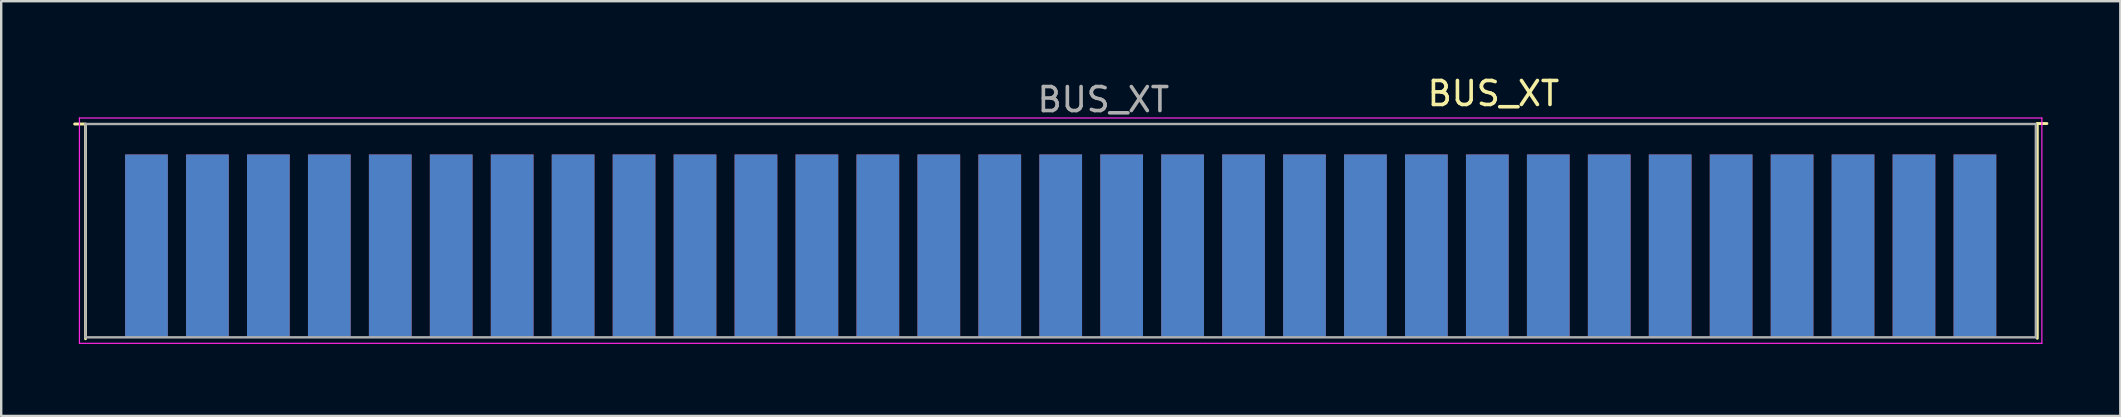
<source format=kicad_pcb>
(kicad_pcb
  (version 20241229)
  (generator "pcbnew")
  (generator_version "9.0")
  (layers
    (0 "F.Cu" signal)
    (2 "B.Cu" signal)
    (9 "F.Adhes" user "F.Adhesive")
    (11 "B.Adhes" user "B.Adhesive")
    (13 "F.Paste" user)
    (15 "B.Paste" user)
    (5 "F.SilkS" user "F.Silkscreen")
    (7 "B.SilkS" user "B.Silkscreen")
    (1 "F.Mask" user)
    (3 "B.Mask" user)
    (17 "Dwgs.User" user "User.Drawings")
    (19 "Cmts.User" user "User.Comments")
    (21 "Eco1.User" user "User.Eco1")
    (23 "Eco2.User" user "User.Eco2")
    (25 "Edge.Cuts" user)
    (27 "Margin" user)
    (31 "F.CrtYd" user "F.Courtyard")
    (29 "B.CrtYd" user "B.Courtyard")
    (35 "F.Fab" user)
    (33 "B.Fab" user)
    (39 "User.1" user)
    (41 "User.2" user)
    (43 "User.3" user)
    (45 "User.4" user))
  (footprint "BUS_XT"
    (layer "F.Cu")
    (at 79.254 7.198)
    (property "Reference" "BUS_XT" (at -20.066 -6.35 0) (layer "F.SilkS") (effects (font (size 1 1) (thickness 0.15))))
    (attr exclude_from_pos_files exclude_from_bom)
    (fp_line (start -78.794 -5.08) (end -79.194 -5.08) (stroke (width 0.12) (type solid)) (layer "F.SilkS"))
    (fp_line (start -78.74 3.87) (end -78.74 -5.08) (stroke (width 0.12) (type solid)) (layer "F.SilkS"))
    (fp_line (start 2.6 -5.1) (end 3 -5.1) (stroke (width 0.12) (type solid)) (layer "F.SilkS"))
    (fp_line (start 2.6 3.85) (end 2.6 -5.1) (stroke (width 0.12) (type solid)) (layer "F.SilkS"))
    (fp_line (start -78.994 -5.33) (end -78.994 4.06) (stroke (width 0.05) (type solid)) (layer "F.CrtYd"))
    (fp_line (start -78.994 -5.33) (end 2.79 -5.33) (stroke (width 0.05) (type solid)) (layer "F.CrtYd"))
    (fp_line (start 2.79 4.06) (end -78.994 4.06) (stroke (width 0.05) (type solid)) (layer "F.CrtYd"))
    (fp_line (start 2.79 4.06) (end 2.79 -5.33) (stroke (width 0.05) (type solid)) (layer "F.CrtYd"))
    (fp_line (start -78.74 -5.08) (end 2.54 -5.08) (stroke (width 0.1) (type solid)) (layer "F.Fab"))
    (fp_line (start -78.74 3.81) (end -78.74 -5.08) (stroke (width 0.1) (type solid)) (layer "F.Fab"))
    (fp_line (start 2.54 -5.08) (end 2.54 3.81) (stroke (width 0.1) (type solid)) (layer "F.Fab"))
    (fp_line (start 2.54 3.81) (end -78.74 3.81) (stroke (width 0.1) (type solid)) (layer "F.Fab"))
    (fp_text user "${REFERENCE}" (at -36.322 -6.096 0) (layer "F.Fab") (effects (font (size 1 1) (thickness 0.15))))
    (pad "1" connect rect (at 0 0) (size 1.78 7.62) (layers "B.Cu" "B.Mask"))
    (pad "2" connect rect (at -2.54 0) (size 1.78 7.62) (layers "B.Cu" "B.Mask"))
    (pad "3" connect rect (at -5.08 0) (size 1.78 7.62) (layers "B.Cu" "B.Mask"))
    (pad "4" connect rect (at -7.62 0) (size 1.78 7.62) (layers "B.Cu" "B.Mask"))
    (pad "5" connect rect (at -10.16 0) (size 1.78 7.62) (layers "B.Cu" "B.Mask"))
    (pad "6" connect rect (at -12.7 0) (size 1.78 7.62) (layers "B.Cu" "B.Mask"))
    (pad "7" connect rect (at -15.24 0) (size 1.78 7.62) (layers "B.Cu" "B.Mask"))
    (pad "8" connect rect (at -17.78 0) (size 1.78 7.62) (layers "B.Cu" "B.Mask"))
    (pad "9" connect rect (at -20.32 0) (size 1.78 7.62) (layers "B.Cu" "B.Mask"))
    (pad "10" connect rect (at -22.86 0) (size 1.78 7.62) (layers "B.Cu" "B.Mask"))
    (pad "11" connect rect (at -25.4 0) (size 1.78 7.62) (layers "B.Cu" "B.Mask"))
    (pad "12" connect rect (at -27.94 0) (size 1.78 7.62) (layers "B.Cu" "B.Mask"))
    (pad "13" connect rect (at -30.48 0) (size 1.78 7.62) (layers "B.Cu" "B.Mask"))
    (pad "14" connect rect (at -33.02 0) (size 1.78 7.62) (layers "B.Cu" "B.Mask"))
    (pad "15" connect rect (at -35.56 0) (size 1.78 7.62) (layers "B.Cu" "B.Mask"))
    (pad "16" connect rect (at -38.1 0) (size 1.78 7.62) (layers "B.Cu" "B.Mask"))
    (pad "17" connect rect (at -40.64 0) (size 1.78 7.62) (layers "B.Cu" "B.Mask"))
    (pad "18" connect rect (at -43.18 0) (size 1.78 7.62) (layers "B.Cu" "B.Mask"))
    (pad "19" connect rect (at -45.72 0) (size 1.78 7.62) (layers "B.Cu" "B.Mask"))
    (pad "20" connect rect (at -48.26 0) (size 1.78 7.62) (layers "B.Cu" "B.Mask"))
    (pad "21" connect rect (at -50.8 0) (size 1.78 7.62) (layers "B.Cu" "B.Mask"))
    (pad "22" connect rect (at -53.34 0) (size 1.78 7.62) (layers "B.Cu" "B.Mask"))
    (pad "23" connect rect (at -55.88 0) (size 1.78 7.62) (layers "B.Cu" "B.Mask"))
    (pad "24" connect rect (at -58.42 0) (size 1.78 7.62) (layers "B.Cu" "B.Mask"))
    (pad "25" connect rect (at -60.96 0) (size 1.78 7.62) (layers "B.Cu" "B.Mask"))
    (pad "26" connect rect (at -63.5 0) (size 1.78 7.62) (layers "B.Cu" "B.Mask"))
    (pad "27" connect rect (at -66.04 0) (size 1.78 7.62) (layers "B.Cu" "B.Mask"))
    (pad "28" connect rect (at -68.58 0) (size 1.78 7.62) (layers "B.Cu" "B.Mask"))
    (pad "29" connect rect (at -71.12 0) (size 1.78 7.62) (layers "B.Cu" "B.Mask"))
    (pad "30" connect rect (at -73.66 0) (size 1.78 7.62) (layers "B.Cu" "B.Mask"))
    (pad "31" connect rect (at -76.2 0) (size 1.78 7.62) (layers "B.Cu" "B.Mask"))
    (pad "32" connect rect (at 0 0) (size 1.78 7.62) (layers "F.Cu" "F.Mask"))
    (pad "33" connect rect (at -2.54 0) (size 1.78 7.62) (layers "F.Cu" "F.Mask"))
    (pad "34" connect rect (at -5.08 0) (size 1.78 7.62) (layers "F.Cu" "F.Mask"))
    (pad "35" connect rect (at -7.62 0) (size 1.78 7.62) (layers "F.Cu" "F.Mask"))
    (pad "36" connect rect (at -10.16 0) (size 1.78 7.62) (layers "F.Cu" "F.Mask"))
    (pad "37" connect rect (at -12.7 0) (size 1.78 7.62) (layers "F.Cu" "F.Mask"))
    (pad "38" connect rect (at -15.24 0) (size 1.78 7.62) (layers "F.Cu" "F.Mask"))
    (pad "39" connect rect (at -17.78 0) (size 1.78 7.62) (layers "F.Cu" "F.Mask"))
    (pad "40" connect rect (at -20.32 0) (size 1.78 7.62) (layers "F.Cu" "F.Mask"))
    (pad "41" connect rect (at -22.86 0) (size 1.78 7.62) (layers "F.Cu" "F.Mask"))
    (pad "42" connect rect (at -25.4 0) (size 1.78 7.62) (layers "F.Cu" "F.Mask"))
    (pad "43" connect rect (at -27.94 0) (size 1.78 7.62) (layers "F.Cu" "F.Mask"))
    (pad "44" connect rect (at -30.48 0) (size 1.78 7.62) (layers "F.Cu" "F.Mask"))
    (pad "45" connect rect (at -33.02 0) (size 1.78 7.62) (layers "F.Cu" "F.Mask"))
    (pad "46" connect rect (at -35.56 0) (size 1.78 7.62) (layers "F.Cu" "F.Mask"))
    (pad "47" connect rect (at -38.1 0) (size 1.78 7.62) (layers "F.Cu" "F.Mask"))
    (pad "48" connect rect (at -40.64 0) (size 1.78 7.62) (layers "F.Cu" "F.Mask"))
    (pad "49" connect rect (at -43.18 0) (size 1.78 7.62) (layers "F.Cu" "F.Mask"))
    (pad "50" connect rect (at -45.72 0) (size 1.78 7.62) (layers "F.Cu" "F.Mask"))
    (pad "51" connect rect (at -48.26 0) (size 1.78 7.62) (layers "F.Cu" "F.Mask"))
    (pad "52" connect rect (at -50.8 0) (size 1.78 7.62) (layers "F.Cu" "F.Mask"))
    (pad "53" connect rect (at -53.34 0) (size 1.78 7.62) (layers "F.Cu" "F.Mask"))
    (pad "54" connect rect (at -55.88 0) (size 1.78 7.62) (layers "F.Cu" "F.Mask"))
    (pad "55" connect rect (at -58.42 0) (size 1.78 7.62) (layers "F.Cu" "F.Mask"))
    (pad "56" connect rect (at -60.96 0) (size 1.78 7.62) (layers "F.Cu" "F.Mask"))
    (pad "57" connect rect (at -63.5 0) (size 1.78 7.62) (layers "F.Cu" "F.Mask"))
    (pad "58" connect rect (at -66.04 0) (size 1.78 7.62) (layers "F.Cu" "F.Mask"))
    (pad "59" connect rect (at -68.58 0) (size 1.78 7.62) (layers "F.Cu" "F.Mask"))
    (pad "60" connect rect (at -71.12 0) (size 1.78 7.62) (layers "F.Cu" "F.Mask"))
    (pad "61" connect rect (at -73.66 0) (size 1.78 7.62) (layers "F.Cu" "F.Mask"))
    (pad "62" connect rect (at -76.2 0) (size 1.78 7.62) (layers "F.Cu" "F.Mask")))
  (gr_rect
    (start -3 -3)
    (end 85.314 14.283)
    (stroke (width 0.1) (type default))
    (fill no)
    (layer "Edge.Cuts")))
</source>
